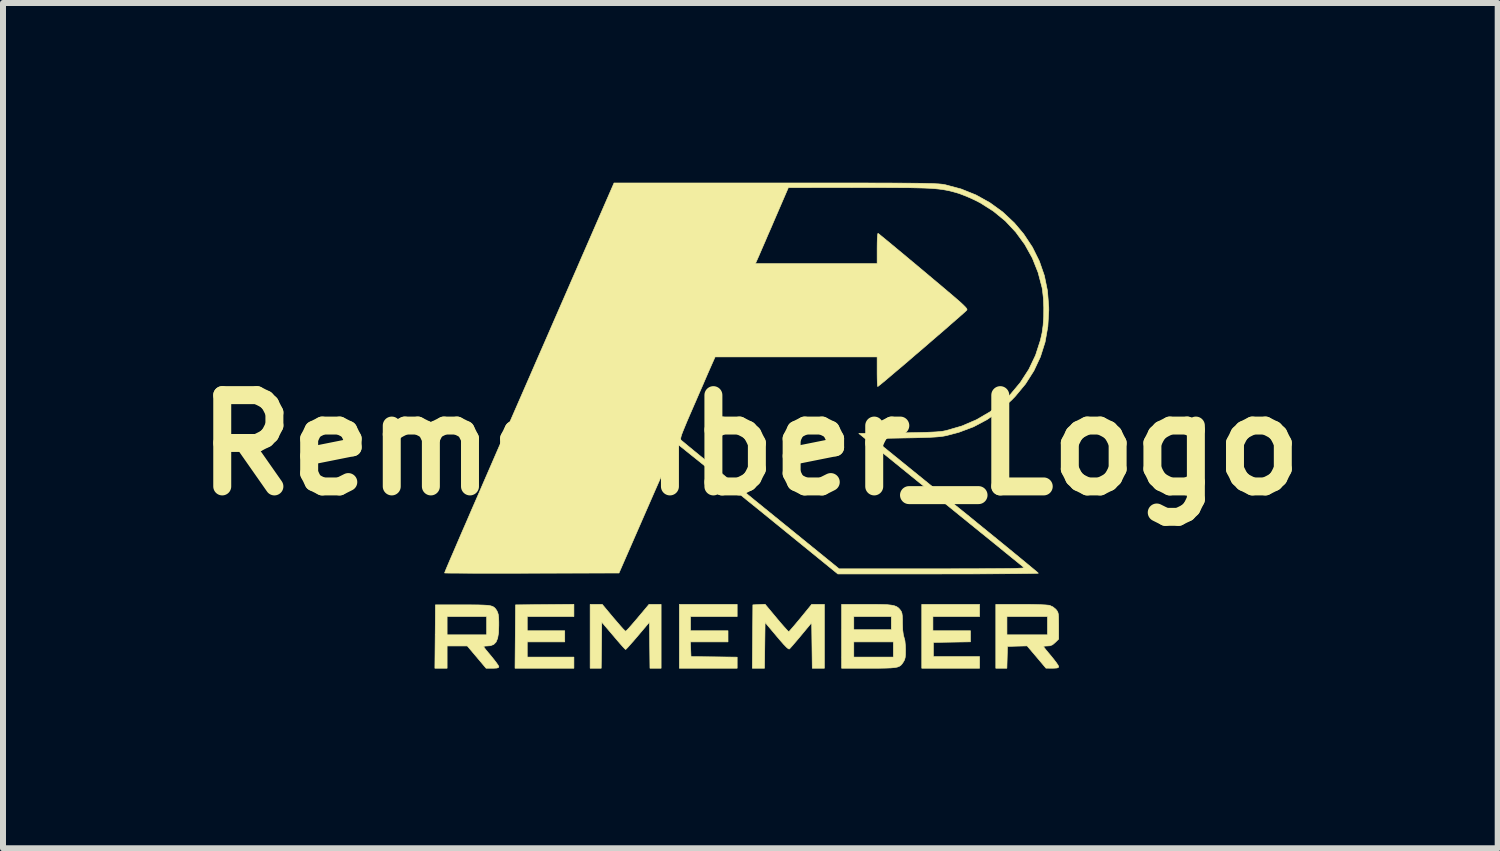
<source format=kicad_pcb>
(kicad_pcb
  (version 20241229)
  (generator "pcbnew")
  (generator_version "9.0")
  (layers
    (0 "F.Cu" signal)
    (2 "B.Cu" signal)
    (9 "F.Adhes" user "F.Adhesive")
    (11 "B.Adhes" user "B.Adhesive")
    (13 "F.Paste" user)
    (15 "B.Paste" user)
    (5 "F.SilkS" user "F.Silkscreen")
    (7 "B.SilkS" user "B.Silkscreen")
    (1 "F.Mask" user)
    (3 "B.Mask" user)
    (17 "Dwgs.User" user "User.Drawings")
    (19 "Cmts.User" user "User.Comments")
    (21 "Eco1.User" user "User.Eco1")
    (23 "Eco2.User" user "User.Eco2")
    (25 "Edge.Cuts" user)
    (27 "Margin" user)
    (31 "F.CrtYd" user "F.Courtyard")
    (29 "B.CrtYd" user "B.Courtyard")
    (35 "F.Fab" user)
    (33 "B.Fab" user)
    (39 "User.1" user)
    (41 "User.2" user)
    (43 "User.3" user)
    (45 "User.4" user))
  (footprint "Remember_Logo"
    (layer "F.Cu")
    (at 9.478 4.382)
    (property "Reference" "Remember_Logo" (at 0 0 0) (layer "F.SilkS") (effects (font (size 1.524 1.524) (thickness 0.3))))
    (attr through_hole)
    (fp_poly (pts (xy -2.946 2.862) (xy -3.725 2.862) (xy -3.725 3.099) (xy -3.099 3.099) (xy -3.099 3.285) (xy -3.725 3.285) (xy -3.725 3.539) (xy -2.946 3.539) (xy -2.946 3.725) (xy -3.929 3.725) (xy -3.92 2.667) (xy -2.946 2.658) (xy -2.946 2.862)) (stroke (width 0.01) (type solid)) (fill yes) (layer "F.SilkS"))
    (fp_poly (pts (xy -0.22 2.862) (xy -0.999 2.862) (xy -0.999 3.099) (xy -0.373 3.099) (xy -0.373 3.285) (xy -1.001 3.285) (xy -0.991 3.531) (xy -0.605 3.535) (xy -0.22 3.54) (xy -0.22 3.725) (xy -1.185 3.725) (xy -1.185 2.659) (xy -0.22 2.659) (xy -0.22 2.862)) (stroke (width 0.01) (type solid)) (fill yes) (layer "F.SilkS"))
    (fp_poly (pts (xy 3.827 2.862) (xy 3.048 2.862) (xy 3.048 3.099) (xy 3.675 3.099) (xy 3.675 3.284) (xy 3.365 3.289) (xy 3.056 3.294) (xy 3.056 3.531) (xy 3.827 3.531) (xy 3.827 3.628) (xy 3.827 3.725) (xy 2.862 3.725) (xy 2.862 2.659) (xy 3.827 2.659) (xy 3.827 2.862)) (stroke (width 0.01) (type solid)) (fill yes) (layer "F.SilkS"))
    (fp_poly (pts (xy -2.286 2.883) (xy -2.223 2.956) (xy -2.168 3.02) (xy -2.124 3.069) (xy -2.094 3.099) (xy -2.083 3.107) (xy -2.067 3.095) (xy -2.034 3.061) (xy -1.988 3.009) (xy -1.931 2.943) (xy -1.88 2.883) (xy -1.692 2.659) (xy -1.49 2.659) (xy -1.49 3.725) (xy -1.676 3.725) (xy -1.685 2.956) (xy -1.878 3.184) (xy -1.941 3.258) (xy -1.997 3.321) (xy -2.041 3.371) (xy -2.071 3.403) (xy -2.083 3.412) (xy -2.097 3.4) (xy -2.129 3.366) (xy -2.175 3.314) (xy -2.232 3.248) (xy -2.287 3.183) (xy -2.481 2.955) (xy -2.485 3.34) (xy -2.49 3.725) (xy -2.675 3.725) (xy -2.675 2.659) (xy -2.473 2.659) (xy -2.286 2.883)) (stroke (width 0.01) (type solid)) (fill yes) (layer "F.SilkS"))
    (fp_poly (pts (xy 0.438 2.887) (xy 0.5 2.961) (xy 0.556 3.025) (xy 0.6 3.074) (xy 0.63 3.106) (xy 0.641 3.115) (xy 0.655 3.102) (xy 0.686 3.067) (xy 0.731 3.015) (xy 0.787 2.948) (xy 0.838 2.887) (xy 1.024 2.659) (xy 1.236 2.659) (xy 1.236 3.725) (xy 1.034 3.725) (xy 1.024 2.964) (xy 0.848 3.176) (xy 0.787 3.249) (xy 0.733 3.312) (xy 0.689 3.363) (xy 0.66 3.395) (xy 0.651 3.404) (xy 0.636 3.401) (xy 0.606 3.377) (xy 0.559 3.329) (xy 0.496 3.257) (xy 0.439 3.19) (xy 0.246 2.96) (xy 0.236 3.725) (xy 0.033 3.725) (xy 0.038 3.196) (xy 0.042 2.667) (xy 0.246 2.657) (xy 0.438 2.887)) (stroke (width 0.01) (type solid)) (fill yes) (layer "F.SilkS"))
    (fp_poly (pts (xy -4.656 2.667) (xy -4.541 2.668) (xy -4.452 2.671) (xy -4.385 2.675) (xy -4.336 2.683) (xy -4.301 2.694) (xy -4.276 2.71) (xy -4.256 2.73) (xy -4.238 2.756) (xy -4.232 2.765) (xy -4.218 2.796) (xy -4.208 2.832) (xy -4.202 2.883) (xy -4.2 2.955) (xy -4.2 3.011) (xy -4.204 3.132) (xy -4.219 3.223) (xy -4.245 3.287) (xy -4.285 3.328) (xy -4.34 3.349) (xy -4.39 3.353) (xy -4.431 3.355) (xy -4.452 3.362) (xy -4.453 3.364) (xy -4.443 3.38) (xy -4.415 3.417) (xy -4.373 3.468) (xy -4.326 3.524) (xy -4.276 3.586) (xy -4.235 3.64) (xy -4.208 3.68) (xy -4.199 3.699) (xy -4.207 3.714) (xy -4.232 3.722) (xy -4.284 3.725) (xy -4.306 3.725) (xy -4.412 3.725) (xy -4.726 3.353) (xy -5.063 3.353) (xy -5.063 3.725) (xy -5.267 3.725) (xy -5.262 3.196) (xy -5.259 2.862) (xy -5.063 2.862) (xy -5.063 3.167) (xy -4.403 3.167) (xy -4.403 2.862) (xy -5.063 2.862) (xy -5.259 2.862) (xy -5.258 2.667) (xy -4.801 2.667) (xy -4.656 2.667)) (stroke (width 0.01) (type solid)) (fill yes) (layer "F.SilkS"))
    (fp_poly (pts (xy 2.083 2.659) (xy 2.196 2.661) (xy 2.285 2.664) (xy 2.351 2.671) (xy 2.401 2.681) (xy 2.439 2.695) (xy 2.467 2.713) (xy 2.491 2.737) (xy 2.503 2.752) (xy 2.52 2.777) (xy 2.531 2.807) (xy 2.537 2.849) (xy 2.54 2.911) (xy 2.54 2.972) (xy 2.544 3.088) (xy 2.555 3.171) (xy 2.565 3.206) (xy 2.581 3.266) (xy 2.589 3.352) (xy 2.591 3.417) (xy 2.59 3.495) (xy 2.585 3.547) (xy 2.574 3.586) (xy 2.556 3.619) (xy 2.552 3.625) (xy 2.532 3.654) (xy 2.512 3.676) (xy 2.487 3.693) (xy 2.453 3.706) (xy 2.407 3.714) (xy 2.345 3.72) (xy 2.261 3.723) (xy 2.153 3.725) (xy 2.016 3.725) (xy 1.977 3.725) (xy 1.524 3.725) (xy 1.524 3.285) (xy 1.727 3.285) (xy 1.727 3.539) (xy 2.388 3.539) (xy 2.388 3.285) (xy 1.727 3.285) (xy 1.524 3.285) (xy 1.524 2.862) (xy 1.727 2.862) (xy 1.727 3.082) (xy 2.354 3.082) (xy 2.354 2.862) (xy 1.727 2.862) (xy 1.524 2.862) (xy 1.524 2.659) (xy 1.939 2.659) (xy 2.083 2.659)) (stroke (width 0.01) (type solid)) (fill yes) (layer "F.SilkS"))
    (fp_poly (pts (xy 4.517 2.659) (xy 4.639 2.659) (xy 4.751 2.661) (xy 4.849 2.664) (xy 4.928 2.668) (xy 4.981 2.673) (xy 4.998 2.676) (xy 5.052 2.701) (xy 5.1 2.74) (xy 5.104 2.745) (xy 5.122 2.768) (xy 5.134 2.791) (xy 5.142 2.821) (xy 5.146 2.864) (xy 5.147 2.928) (xy 5.148 3.017) (xy 5.148 3.238) (xy 5.09 3.295) (xy 5.046 3.333) (xy 5.003 3.35) (xy 4.963 3.353) (xy 4.92 3.355) (xy 4.896 3.36) (xy 4.894 3.362) (xy 4.904 3.377) (xy 4.932 3.413) (xy 4.974 3.464) (xy 5.021 3.52) (xy 5.071 3.582) (xy 5.112 3.636) (xy 5.139 3.677) (xy 5.148 3.697) (xy 5.142 3.713) (xy 5.12 3.721) (xy 5.076 3.724) (xy 5.042 3.725) (xy 4.936 3.724) (xy 4.779 3.538) (xy 4.621 3.352) (xy 4.457 3.356) (xy 4.293 3.361) (xy 4.288 3.543) (xy 4.283 3.725) (xy 4.098 3.725) (xy 4.098 2.862) (xy 4.284 2.862) (xy 4.284 3.167) (xy 4.961 3.167) (xy 4.961 2.862) (xy 4.284 2.862) (xy 4.098 2.862) (xy 4.098 2.659) (xy 4.517 2.659)) (stroke (width 0.01) (type solid)) (fill yes) (layer "F.SilkS"))
    (fp_poly (pts (xy 0.771 -4.377) (xy 1.093 -4.377) (xy 1.385 -4.377) (xy 1.648 -4.377) (xy 1.884 -4.377) (xy 2.094 -4.376) (xy 2.279 -4.376) (xy 2.443 -4.375) (xy 2.585 -4.374) (xy 2.709 -4.373) (xy 2.815 -4.372) (xy 2.905 -4.37) (xy 2.981 -4.368) (xy 3.044 -4.367) (xy 3.096 -4.364) (xy 3.139 -4.362) (xy 3.174 -4.359) (xy 3.203 -4.356) (xy 3.227 -4.352) (xy 3.249 -4.348) (xy 3.256 -4.347) (xy 3.518 -4.277) (xy 3.767 -4.177) (xy 3.999 -4.048) (xy 4.214 -3.892) (xy 4.408 -3.71) (xy 4.563 -3.526) (xy 4.71 -3.304) (xy 4.825 -3.072) (xy 4.909 -2.83) (xy 4.961 -2.576) (xy 4.982 -2.308) (xy 4.983 -2.252) (xy 4.967 -1.979) (xy 4.921 -1.72) (xy 4.843 -1.474) (xy 4.734 -1.241) (xy 4.594 -1.021) (xy 4.423 -0.815) (xy 4.362 -0.752) (xy 4.163 -0.574) (xy 3.952 -0.426) (xy 3.726 -0.306) (xy 3.481 -0.214) (xy 3.273 -0.159) (xy 3.225 -0.15) (xy 3.168 -0.142) (xy 3.097 -0.136) (xy 3.008 -0.131) (xy 2.897 -0.127) (xy 2.76 -0.123) (xy 2.596 -0.12) (xy 2.05 -0.11) (xy 3.428 1.008) (xy 3.617 1.16) (xy 3.797 1.307) (xy 3.968 1.446) (xy 4.129 1.577) (xy 4.276 1.697) (xy 4.409 1.806) (xy 4.526 1.902) (xy 4.625 1.984) (xy 4.705 2.05) (xy 4.763 2.098) (xy 4.798 2.128) (xy 4.808 2.138) (xy 4.792 2.14) (xy 4.744 2.141) (xy 4.666 2.143) (xy 4.562 2.144) (xy 4.433 2.146) (xy 4.281 2.147) (xy 4.11 2.148) (xy 3.92 2.149) (xy 3.715 2.15) (xy 3.496 2.15) (xy 3.266 2.15) (xy 3.135 2.151) (xy 1.461 2.151) (xy 0.117 1.058) (xy -0.069 0.908) (xy -0.247 0.763) (xy -0.416 0.626) (xy -0.575 0.498) (xy -0.72 0.38) (xy -0.851 0.274) (xy -0.966 0.182) (xy -1.063 0.104) (xy -1.14 0.042) (xy -1.196 -0.002) (xy -1.229 -0.028) (xy -1.237 -0.034) (xy -1.245 -0.019) (xy -1.265 0.025) (xy -1.297 0.095) (xy -1.339 0.188) (xy -1.39 0.303) (xy -1.449 0.436) (xy -1.515 0.585) (xy -1.587 0.748) (xy -1.663 0.922) (xy -1.719 1.05) (xy -2.193 2.135) (xy -3.647 2.138) (xy -3.865 2.139) (xy -4.074 2.139) (xy -4.271 2.139) (xy -4.453 2.139) (xy -4.617 2.139) (xy -4.762 2.138) (xy -4.885 2.137) (xy -4.983 2.137) (xy -5.054 2.136) (xy -5.095 2.135) (xy -5.105 2.134) (xy -5.099 2.117) (xy -5.081 2.072) (xy -5.05 1.999) (xy -5.008 1.9) (xy -4.955 1.778) (xy -4.893 1.633) (xy -4.822 1.468) (xy -4.742 1.285) (xy -4.656 1.085) (xy -4.562 0.87) (xy -4.463 0.641) (xy -4.359 0.402) (xy -4.251 0.153) (xy -4.188 0.008) (xy -4.135 -0.113) (xy -1.163 -0.113) (xy -1.163 -0.097) (xy -1.158 -0.086) (xy -1.154 -0.081) (xy -1.137 -0.067) (xy -1.096 -0.033) (xy -1.032 0.02) (xy -0.947 0.09) (xy -0.843 0.175) (xy -0.722 0.274) (xy -0.586 0.385) (xy -0.436 0.507) (xy -0.274 0.639) (xy -0.102 0.778) (xy 0.078 0.925) (xy 0.178 1.006) (xy 1.482 2.065) (xy 3.04 2.065) (xy 3.314 2.065) (xy 3.556 2.064) (xy 3.768 2.064) (xy 3.951 2.063) (xy 4.106 2.062) (xy 4.236 2.061) (xy 4.342 2.06) (xy 4.426 2.058) (xy 4.489 2.055) (xy 4.533 2.053) (xy 4.56 2.05) (xy 4.571 2.047) (xy 4.571 2.044) (xy 4.554 2.031) (xy 4.513 1.998) (xy 4.449 1.946) (xy 4.364 1.877) (xy 4.26 1.793) (xy 4.139 1.694) (xy 4.002 1.583) (xy 3.851 1.461) (xy 3.687 1.328) (xy 3.514 1.188) (xy 3.332 1.04) (xy 3.177 0.914) (xy 1.811 -0.195) (xy 2.476 -0.204) (xy 2.654 -0.207) (xy 2.802 -0.21) (xy 2.923 -0.213) (xy 3.021 -0.217) (xy 3.1 -0.221) (xy 3.162 -0.226) (xy 3.212 -0.232) (xy 3.253 -0.24) (xy 3.265 -0.242) (xy 3.53 -0.319) (xy 3.773 -0.423) (xy 3.998 -0.554) (xy 4.203 -0.712) (xy 4.337 -0.841) (xy 4.508 -1.046) (xy 4.65 -1.266) (xy 4.762 -1.501) (xy 4.843 -1.752) (xy 4.871 -1.875) (xy 4.888 -2) (xy 4.898 -2.146) (xy 4.899 -2.3) (xy 4.893 -2.45) (xy 4.878 -2.584) (xy 4.871 -2.629) (xy 4.804 -2.883) (xy 4.708 -3.124) (xy 4.583 -3.349) (xy 4.432 -3.556) (xy 4.257 -3.743) (xy 4.058 -3.906) (xy 3.839 -4.045) (xy 3.753 -4.089) (xy 3.665 -4.13) (xy 3.573 -4.168) (xy 3.49 -4.2) (xy 3.437 -4.216) (xy 3.379 -4.232) (xy 3.325 -4.246) (xy 3.27 -4.257) (xy 3.213 -4.267) (xy 3.151 -4.275) (xy 3.081 -4.282) (xy 3.001 -4.288) (xy 2.907 -4.292) (xy 2.796 -4.295) (xy 2.667 -4.298) (xy 2.516 -4.299) (xy 2.34 -4.3) (xy 2.137 -4.301) (xy 1.904 -4.301) (xy 1.812 -4.301) (xy 0.635 -4.3) (xy 0.403 -3.763) (xy 0.347 -3.632) (xy 0.292 -3.507) (xy 0.243 -3.392) (xy 0.199 -3.291) (xy 0.164 -3.21) (xy 0.139 -3.152) (xy 0.128 -3.128) (xy 0.085 -3.031) (xy 2.117 -3.031) (xy 2.117 -3.286) (xy 2.118 -3.375) (xy 2.12 -3.449) (xy 2.124 -3.503) (xy 2.129 -3.533) (xy 2.132 -3.536) (xy 2.147 -3.525) (xy 2.186 -3.493) (xy 2.246 -3.444) (xy 2.325 -3.379) (xy 2.421 -3.299) (xy 2.531 -3.208) (xy 2.652 -3.107) (xy 2.784 -2.997) (xy 2.894 -2.905) (xy 3.052 -2.772) (xy 3.186 -2.66) (xy 3.298 -2.565) (xy 3.389 -2.488) (xy 3.462 -2.425) (xy 3.519 -2.375) (xy 3.56 -2.336) (xy 3.589 -2.307) (xy 3.607 -2.286) (xy 3.616 -2.271) (xy 3.617 -2.261) (xy 3.614 -2.254) (xy 3.611 -2.251) (xy 3.57 -2.213) (xy 3.509 -2.159) (xy 3.431 -2.091) (xy 3.339 -2.011) (xy 3.237 -1.921) (xy 3.125 -1.825) (xy 3.008 -1.724) (xy 2.889 -1.621) (xy 2.768 -1.518) (xy 2.651 -1.417) (xy 2.539 -1.321) (xy 2.434 -1.233) (xy 2.341 -1.154) (xy 2.261 -1.086) (xy 2.197 -1.033) (xy 2.152 -0.997) (xy 2.129 -0.979) (xy 2.127 -0.978) (xy 2.123 -0.997) (xy 2.12 -1.045) (xy 2.118 -1.113) (xy 2.117 -1.196) (xy 2.117 -1.23) (xy 2.117 -1.473) (xy -0.588 -1.473) (xy -0.65 -1.334) (xy -0.672 -1.284) (xy -0.705 -1.209) (xy -0.747 -1.112) (xy -0.796 -0.998) (xy -0.851 -0.873) (xy -0.908 -0.741) (xy -0.947 -0.652) (xy -1.01 -0.507) (xy -1.06 -0.391) (xy -1.098 -0.299) (xy -1.127 -0.228) (xy -1.147 -0.176) (xy -1.158 -0.139) (xy -1.163 -0.113) (xy -4.135 -0.113) (xy -4.066 -0.271) (xy -3.941 -0.558) (xy -3.814 -0.849) (xy -3.686 -1.142) (xy -3.56 -1.432) (xy -3.435 -1.717) (xy -3.315 -1.993) (xy -3.2 -2.257) (xy -3.091 -2.506) (xy -2.991 -2.736) (xy -2.9 -2.944) (xy -2.821 -3.127) (xy -2.77 -3.243) (xy -2.276 -4.377) (xy 0.416 -4.377) (xy 0.771 -4.377)) (stroke (width 0.01) (type solid)) (fill yes) (layer "F.SilkS")))
  (gr_rect
    (start -3 -3)
    (end 21.956 11.113)
    (stroke (width 0.1) (type default))
    (fill no)
    (layer "Edge.Cuts")))
</source>
